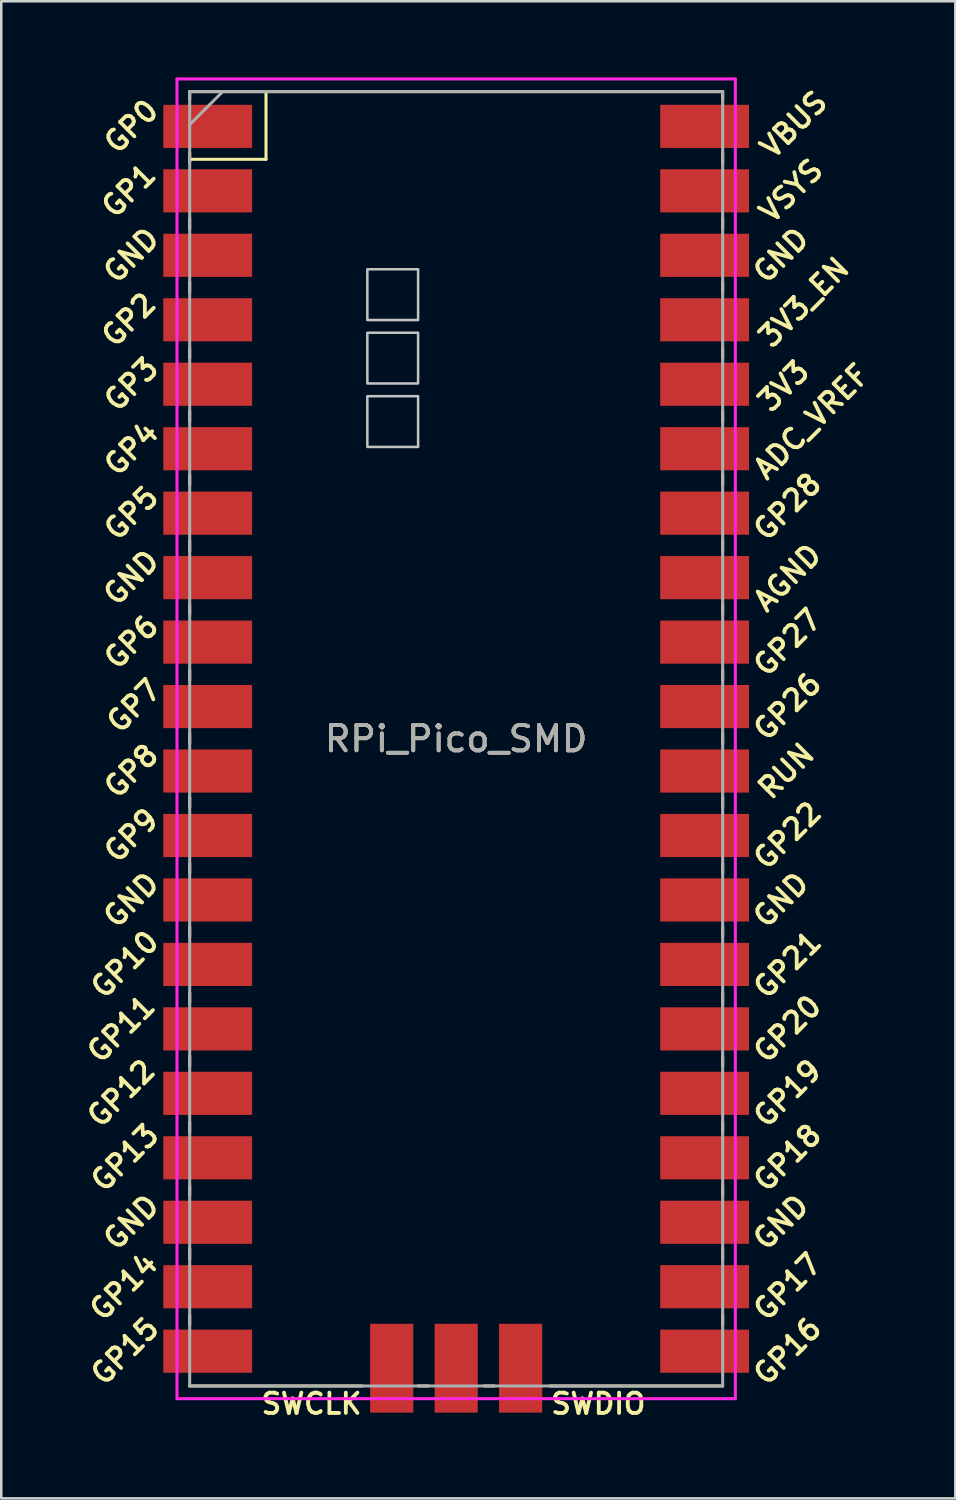
<source format=kicad_pcb>
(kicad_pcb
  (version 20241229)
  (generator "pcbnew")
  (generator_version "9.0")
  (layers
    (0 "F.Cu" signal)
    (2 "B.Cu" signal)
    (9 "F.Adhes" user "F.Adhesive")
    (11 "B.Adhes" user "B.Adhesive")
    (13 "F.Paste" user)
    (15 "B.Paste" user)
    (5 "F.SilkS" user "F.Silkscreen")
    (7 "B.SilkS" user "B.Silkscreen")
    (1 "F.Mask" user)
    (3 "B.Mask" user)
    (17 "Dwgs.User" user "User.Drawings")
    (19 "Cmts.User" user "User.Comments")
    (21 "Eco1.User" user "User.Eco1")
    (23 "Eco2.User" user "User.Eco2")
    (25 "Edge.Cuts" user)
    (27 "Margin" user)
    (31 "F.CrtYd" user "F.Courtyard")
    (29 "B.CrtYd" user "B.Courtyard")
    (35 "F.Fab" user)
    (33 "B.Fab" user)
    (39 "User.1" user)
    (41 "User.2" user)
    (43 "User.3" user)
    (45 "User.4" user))
  (footprint "RPi_Pico_SMD"
    (layer "F.Cu")
    (at 14.924 26.06)
    (property "Reference" "RPi_Pico_SMD" (at 0 0 0) (layer "F.SilkS") (effects (font (size 1 1) (thickness 0.15))))
    (attr smd)
    (fp_line (start -10.5 -25.5) (end -10.5 -25.2) (stroke (width 0.12) (type solid)) (layer "F.SilkS"))
    (fp_line (start -10.5 -25.5) (end 10.5 -25.5) (stroke (width 0.12) (type solid)) (layer "F.SilkS"))
    (fp_line (start -10.5 -23.1) (end -10.5 -22.7) (stroke (width 0.12) (type solid)) (layer "F.SilkS"))
    (fp_line (start -10.5 -22.833) (end -7.493 -22.833) (stroke (width 0.12) (type solid)) (layer "F.SilkS"))
    (fp_line (start -10.5 -20.5) (end -10.5 -20.1) (stroke (width 0.12) (type solid)) (layer "F.SilkS"))
    (fp_line (start -10.5 -18) (end -10.5 -17.6) (stroke (width 0.12) (type solid)) (layer "F.SilkS"))
    (fp_line (start -10.5 -15.4) (end -10.5 -15) (stroke (width 0.12) (type solid)) (layer "F.SilkS"))
    (fp_line (start -10.5 -12.9) (end -10.5 -12.5) (stroke (width 0.12) (type solid)) (layer "F.SilkS"))
    (fp_line (start -10.5 -10.4) (end -10.5 -10) (stroke (width 0.12) (type solid)) (layer "F.SilkS"))
    (fp_line (start -10.5 -7.8) (end -10.5 -7.4) (stroke (width 0.12) (type solid)) (layer "F.SilkS"))
    (fp_line (start -10.5 -5.3) (end -10.5 -4.9) (stroke (width 0.12) (type solid)) (layer "F.SilkS"))
    (fp_line (start -10.5 -2.7) (end -10.5 -2.3) (stroke (width 0.12) (type solid)) (layer "F.SilkS"))
    (fp_line (start -10.5 -0.2) (end -10.5 0.2) (stroke (width 0.12) (type solid)) (layer "F.SilkS"))
    (fp_line (start -10.5 2.3) (end -10.5 2.7) (stroke (width 0.12) (type solid)) (layer "F.SilkS"))
    (fp_line (start -10.5 4.9) (end -10.5 5.3) (stroke (width 0.12) (type solid)) (layer "F.SilkS"))
    (fp_line (start -10.5 7.4) (end -10.5 7.8) (stroke (width 0.12) (type solid)) (layer "F.SilkS"))
    (fp_line (start -10.5 10) (end -10.5 10.4) (stroke (width 0.12) (type solid)) (layer "F.SilkS"))
    (fp_line (start -10.5 12.5) (end -10.5 12.9) (stroke (width 0.12) (type solid)) (layer "F.SilkS"))
    (fp_line (start -10.5 15.1) (end -10.5 15.5) (stroke (width 0.12) (type solid)) (layer "F.SilkS"))
    (fp_line (start -10.5 17.6) (end -10.5 18) (stroke (width 0.12) (type solid)) (layer "F.SilkS"))
    (fp_line (start -10.5 20.1) (end -10.5 20.5) (stroke (width 0.12) (type solid)) (layer "F.SilkS"))
    (fp_line (start -10.5 22.7) (end -10.5 23.1) (stroke (width 0.12) (type solid)) (layer "F.SilkS"))
    (fp_line (start -7.493 -22.833) (end -7.493 -25.5) (stroke (width 0.12) (type solid)) (layer "F.SilkS"))
    (fp_line (start -3.7 25.5) (end -10.5 25.5) (stroke (width 0.12) (type solid)) (layer "F.SilkS"))
    (fp_line (start -1.5 25.5) (end -1.1 25.5) (stroke (width 0.12) (type solid)) (layer "F.SilkS"))
    (fp_line (start 1.1 25.5) (end 1.5 25.5) (stroke (width 0.12) (type solid)) (layer "F.SilkS"))
    (fp_line (start 10.5 -25.5) (end 10.5 -25.2) (stroke (width 0.12) (type solid)) (layer "F.SilkS"))
    (fp_line (start 10.5 -23.1) (end 10.5 -22.7) (stroke (width 0.12) (type solid)) (layer "F.SilkS"))
    (fp_line (start 10.5 -20.5) (end 10.5 -20.1) (stroke (width 0.12) (type solid)) (layer "F.SilkS"))
    (fp_line (start 10.5 -18) (end 10.5 -17.6) (stroke (width 0.12) (type solid)) (layer "F.SilkS"))
    (fp_line (start 10.5 -15.4) (end 10.5 -15) (stroke (width 0.12) (type solid)) (layer "F.SilkS"))
    (fp_line (start 10.5 -12.9) (end 10.5 -12.5) (stroke (width 0.12) (type solid)) (layer "F.SilkS"))
    (fp_line (start 10.5 -10.4) (end 10.5 -10) (stroke (width 0.12) (type solid)) (layer "F.SilkS"))
    (fp_line (start 10.5 -7.8) (end 10.5 -7.4) (stroke (width 0.12) (type solid)) (layer "F.SilkS"))
    (fp_line (start 10.5 -5.3) (end 10.5 -4.9) (stroke (width 0.12) (type solid)) (layer "F.SilkS"))
    (fp_line (start 10.5 -2.7) (end 10.5 -2.3) (stroke (width 0.12) (type solid)) (layer "F.SilkS"))
    (fp_line (start 10.5 -0.2) (end 10.5 0.2) (stroke (width 0.12) (type solid)) (layer "F.SilkS"))
    (fp_line (start 10.5 2.3) (end 10.5 2.7) (stroke (width 0.12) (type solid)) (layer "F.SilkS"))
    (fp_line (start 10.5 4.9) (end 10.5 5.3) (stroke (width 0.12) (type solid)) (layer "F.SilkS"))
    (fp_line (start 10.5 7.4) (end 10.5 7.8) (stroke (width 0.12) (type solid)) (layer "F.SilkS"))
    (fp_line (start 10.5 10) (end 10.5 10.4) (stroke (width 0.12) (type solid)) (layer "F.SilkS"))
    (fp_line (start 10.5 12.5) (end 10.5 12.9) (stroke (width 0.12) (type solid)) (layer "F.SilkS"))
    (fp_line (start 10.5 15.1) (end 10.5 15.5) (stroke (width 0.12) (type solid)) (layer "F.SilkS"))
    (fp_line (start 10.5 17.6) (end 10.5 18) (stroke (width 0.12) (type solid)) (layer "F.SilkS"))
    (fp_line (start 10.5 20.1) (end 10.5 20.5) (stroke (width 0.12) (type solid)) (layer "F.SilkS"))
    (fp_line (start 10.5 22.7) (end 10.5 23.1) (stroke (width 0.12) (type solid)) (layer "F.SilkS"))
    (fp_line (start 10.5 25.5) (end 3.7 25.5) (stroke (width 0.12) (type solid)) (layer "F.SilkS"))
    (fp_poly (pts (xy -1.5 -16.5) (xy -3.5 -16.5) (xy -3.5 -18.5) (xy -1.5 -18.5)) (stroke (width 0.1) (type solid)) (fill no) (layer "Dwgs.User"))
    (fp_poly (pts (xy -1.5 -14) (xy -3.5 -14) (xy -3.5 -16) (xy -1.5 -16)) (stroke (width 0.1) (type solid)) (fill no) (layer "Dwgs.User"))
    (fp_poly (pts (xy -1.5 -11.5) (xy -3.5 -11.5) (xy -3.5 -13.5) (xy -1.5 -13.5)) (stroke (width 0.1) (type solid)) (fill no) (layer "Dwgs.User"))
    (fp_line (start -11 -26) (end 11 -26) (stroke (width 0.12) (type solid)) (layer "F.CrtYd"))
    (fp_line (start -11 26) (end -11 -26) (stroke (width 0.12) (type solid)) (layer "F.CrtYd"))
    (fp_line (start 11 -26) (end 11 26) (stroke (width 0.12) (type solid)) (layer "F.CrtYd"))
    (fp_line (start 11 26) (end -11 26) (stroke (width 0.12) (type solid)) (layer "F.CrtYd"))
    (fp_line (start -10.5 -25.5) (end 10.5 -25.5) (stroke (width 0.12) (type solid)) (layer "F.Fab"))
    (fp_line (start -10.5 -24.2) (end -9.2 -25.5) (stroke (width 0.12) (type solid)) (layer "F.Fab"))
    (fp_line (start -10.5 25.5) (end -10.5 -25.5) (stroke (width 0.12) (type solid)) (layer "F.Fab"))
    (fp_line (start 10.5 -25.5) (end 10.5 25.5) (stroke (width 0.12) (type solid)) (layer "F.Fab"))
    (fp_line (start 10.5 25.5) (end -10.5 25.5) (stroke (width 0.12) (type solid)) (layer "F.Fab"))
    (fp_text user "GP7" (at -12.7 -1.3 45) (layer "F.SilkS") (effects (font (size 0.8 0.8) (thickness 0.15))))
    (fp_text user "GP26" (at 13.054 -1.27 45) (layer "F.SilkS") (effects (font (size 0.8 0.8) (thickness 0.15))))
    (fp_text user "GND" (at 12.8 -19.05 45) (layer "F.SilkS") (effects (font (size 0.8 0.8) (thickness 0.15))))
    (fp_text user "GP2" (at -12.9 -16.51 45) (layer "F.SilkS") (effects (font (size 0.8 0.8) (thickness 0.15))))
    (fp_text user "GP4" (at -12.8 -11.43 45) (layer "F.SilkS") (effects (font (size 0.8 0.8) (thickness 0.15))))
    (fp_text user "GP3" (at -12.8 -13.97 45) (layer "F.SilkS") (effects (font (size 0.8 0.8) (thickness 0.15))))
    (fp_text user "3V3" (at 12.9 -13.9 45) (layer "F.SilkS") (effects (font (size 0.8 0.8) (thickness 0.15))))
    (fp_text user "GP15" (at -13.054 24.13 45) (layer "F.SilkS") (effects (font (size 0.8 0.8) (thickness 0.15))))
    (fp_text user "GP18" (at 13.054 16.51 45) (layer "F.SilkS") (effects (font (size 0.8 0.8) (thickness 0.15))))
    (fp_text user "VSYS" (at 13.2 -21.59 45) (layer "F.SilkS") (effects (font (size 0.8 0.8) (thickness 0.15))))
    (fp_text user "GND" (at -12.8 -6.35 45) (layer "F.SilkS") (effects (font (size 0.8 0.8) (thickness 0.15))))
    (fp_text user "GP19" (at 13.054 13.97 45) (layer "F.SilkS") (effects (font (size 0.8 0.8) (thickness 0.15))))
    (fp_text user "GP5" (at -12.8 -8.89 45) (layer "F.SilkS") (effects (font (size 0.8 0.8) (thickness 0.15))))
    (fp_text user "GP11" (at -13.2 11.43 45) (layer "F.SilkS") (effects (font (size 0.8 0.8) (thickness 0.15))))
    (fp_text user "GP6" (at -12.8 -3.81 45) (layer "F.SilkS") (effects (font (size 0.8 0.8) (thickness 0.15))))
    (fp_text user "GP17" (at 13.054 21.59 45) (layer "F.SilkS") (effects (font (size 0.8 0.8) (thickness 0.15))))
    (fp_text user "GP20" (at 13.054 11.43 45) (layer "F.SilkS") (effects (font (size 0.8 0.8) (thickness 0.15))))
    (fp_text user "GND" (at -12.8 19.05 45) (layer "F.SilkS") (effects (font (size 0.8 0.8) (thickness 0.15))))
    (fp_text user "SWCLK" (at -5.7 26.2 0) (layer "F.SilkS") (effects (font (size 0.8 0.8) (thickness 0.15))))
    (fp_text user "GP8" (at -12.8 1.27 45) (layer "F.SilkS") (effects (font (size 0.8 0.8) (thickness 0.15))))
    (fp_text user "GP14" (at -13.1 21.59 45) (layer "F.SilkS") (effects (font (size 0.8 0.8) (thickness 0.15))))
    (fp_text user "GND" (at -12.8 6.35 45) (layer "F.SilkS") (effects (font (size 0.8 0.8) (thickness 0.15))))
    (fp_text user "GP0" (at -12.8 -24.13 45) (layer "F.SilkS") (effects (font (size 0.8 0.8) (thickness 0.15))))
    (fp_text user "GP16" (at 13.054 24.13 45) (layer "F.SilkS") (effects (font (size 0.8 0.8) (thickness 0.15))))
    (fp_text user "GND" (at -12.8 -19.05 45) (layer "F.SilkS") (effects (font (size 0.8 0.8) (thickness 0.15))))
    (fp_text user "GP21" (at 13.054 8.9 45) (layer "F.SilkS") (effects (font (size 0.8 0.8) (thickness 0.15))))
    (fp_text user "GP1" (at -12.9 -21.6 45) (layer "F.SilkS") (effects (font (size 0.8 0.8) (thickness 0.15))))
    (fp_text user "GP10" (at -13.054 8.89 45) (layer "F.SilkS") (effects (font (size 0.8 0.8) (thickness 0.15))))
    (fp_text user "GP22" (at 13.054 3.81 45) (layer "F.SilkS") (effects (font (size 0.8 0.8) (thickness 0.15))))
    (fp_text user "GP13" (at -13.054 16.51 45) (layer "F.SilkS") (effects (font (size 0.8 0.8) (thickness 0.15))))
    (fp_text user "GND" (at 12.8 6.35 45) (layer "F.SilkS") (effects (font (size 0.8 0.8) (thickness 0.15))))
    (fp_text user "AGND" (at 13.054 -6.35 45) (layer "F.SilkS") (effects (font (size 0.8 0.8) (thickness 0.15))))
    (fp_text user "ADC_VREF" (at 14 -12.5 45) (layer "F.SilkS") (effects (font (size 0.8 0.8) (thickness 0.15))))
    (fp_text user "RUN" (at 13 1.27 45) (layer "F.SilkS") (effects (font (size 0.8 0.8) (thickness 0.15))))
    (fp_text user "GP27" (at 13.054 -3.8 45) (layer "F.SilkS") (effects (font (size 0.8 0.8) (thickness 0.15))))
    (fp_text user "GND" (at 12.8 19.05 45) (layer "F.SilkS") (effects (font (size 0.8 0.8) (thickness 0.15))))
    (fp_text user "GP28" (at 13.054 -9.144 45) (layer "F.SilkS") (effects (font (size 0.8 0.8) (thickness 0.15))))
    (fp_text user "GP9" (at -12.8 3.81 45) (layer "F.SilkS") (effects (font (size 0.8 0.8) (thickness 0.15))))
    (fp_text user "SWDIO" (at 5.6 26.2 0) (layer "F.SilkS") (effects (font (size 0.8 0.8) (thickness 0.15))))
    (fp_text user "3V3_EN" (at 13.7 -17.2 45) (layer "F.SilkS") (effects (font (size 0.8 0.8) (thickness 0.15))))
    (fp_text user "GP12" (at -13.2 13.97 45) (layer "F.SilkS") (effects (font (size 0.8 0.8) (thickness 0.15))))
    (fp_text user "VBUS" (at 13.3 -24.2 45) (layer "F.SilkS") (effects (font (size 0.8 0.8) (thickness 0.15))))
    (fp_text user "${REFERENCE}" (at 0 0 180) (layer "F.Fab") (effects (font (size 1 1) (thickness 0.15))))
    (pad "1" smd rect (at -8.89 -24.13) (size 3.5 1.7) (drill (offset -0.9 0)) (layers "F.Cu" "F.Mask"))
    (pad "2" smd rect (at -8.89 -21.59) (size 3.5 1.7) (drill (offset -0.9 0)) (layers "F.Cu" "F.Mask"))
    (pad "3" smd rect (at -8.89 -19.05) (size 3.5 1.7) (drill (offset -0.9 0)) (layers "F.Cu" "F.Mask"))
    (pad "4" smd rect (at -8.89 -16.51) (size 3.5 1.7) (drill (offset -0.9 0)) (layers "F.Cu" "F.Mask"))
    (pad "5" smd rect (at -8.89 -13.97) (size 3.5 1.7) (drill (offset -0.9 0)) (layers "F.Cu" "F.Mask"))
    (pad "6" smd rect (at -8.89 -11.43) (size 3.5 1.7) (drill (offset -0.9 0)) (layers "F.Cu" "F.Mask"))
    (pad "7" smd rect (at -8.89 -8.89) (size 3.5 1.7) (drill (offset -0.9 0)) (layers "F.Cu" "F.Mask"))
    (pad "8" smd rect (at -8.89 -6.35) (size 3.5 1.7) (drill (offset -0.9 0)) (layers "F.Cu" "F.Mask"))
    (pad "9" smd rect (at -8.89 -3.81) (size 3.5 1.7) (drill (offset -0.9 0)) (layers "F.Cu" "F.Mask"))
    (pad "10" smd rect (at -8.89 -1.27) (size 3.5 1.7) (drill (offset -0.9 0)) (layers "F.Cu" "F.Mask"))
    (pad "11" smd rect (at -8.89 1.27) (size 3.5 1.7) (drill (offset -0.9 0)) (layers "F.Cu" "F.Mask"))
    (pad "12" smd rect (at -8.89 3.81) (size 3.5 1.7) (drill (offset -0.9 0)) (layers "F.Cu" "F.Mask"))
    (pad "13" smd rect (at -8.89 6.35) (size 3.5 1.7) (drill (offset -0.9 0)) (layers "F.Cu" "F.Mask"))
    (pad "14" smd rect (at -8.89 8.89) (size 3.5 1.7) (drill (offset -0.9 0)) (layers "F.Cu" "F.Mask"))
    (pad "15" smd rect (at -8.89 11.43) (size 3.5 1.7) (drill (offset -0.9 0)) (layers "F.Cu" "F.Mask"))
    (pad "16" smd rect (at -8.89 13.97) (size 3.5 1.7) (drill (offset -0.9 0)) (layers "F.Cu" "F.Mask"))
    (pad "17" smd rect (at -8.89 16.51) (size 3.5 1.7) (drill (offset -0.9 0)) (layers "F.Cu" "F.Mask"))
    (pad "18" smd rect (at -8.89 19.05) (size 3.5 1.7) (drill (offset -0.9 0)) (layers "F.Cu" "F.Mask"))
    (pad "19" smd rect (at -8.89 21.59) (size 3.5 1.7) (drill (offset -0.9 0)) (layers "F.Cu" "F.Mask"))
    (pad "20" smd rect (at -8.89 24.13) (size 3.5 1.7) (drill (offset -0.9 0)) (layers "F.Cu" "F.Mask"))
    (pad "21" smd rect (at 8.89 24.13) (size 3.5 1.7) (drill (offset 0.9 0)) (layers "F.Cu" "F.Mask"))
    (pad "22" smd rect (at 8.89 21.59) (size 3.5 1.7) (drill (offset 0.9 0)) (layers "F.Cu" "F.Mask"))
    (pad "23" smd rect (at 8.89 19.05) (size 3.5 1.7) (drill (offset 0.9 0)) (layers "F.Cu" "F.Mask"))
    (pad "24" smd rect (at 8.89 16.51) (size 3.5 1.7) (drill (offset 0.9 0)) (layers "F.Cu" "F.Mask"))
    (pad "25" smd rect (at 8.89 13.97) (size 3.5 1.7) (drill (offset 0.9 0)) (layers "F.Cu" "F.Mask"))
    (pad "26" smd rect (at 8.89 11.43) (size 3.5 1.7) (drill (offset 0.9 0)) (layers "F.Cu" "F.Mask"))
    (pad "27" smd rect (at 8.89 8.89) (size 3.5 1.7) (drill (offset 0.9 0)) (layers "F.Cu" "F.Mask"))
    (pad "28" smd rect (at 8.89 6.35) (size 3.5 1.7) (drill (offset 0.9 0)) (layers "F.Cu" "F.Mask"))
    (pad "29" smd rect (at 8.89 3.81) (size 3.5 1.7) (drill (offset 0.9 0)) (layers "F.Cu" "F.Mask"))
    (pad "30" smd rect (at 8.89 1.27) (size 3.5 1.7) (drill (offset 0.9 0)) (layers "F.Cu" "F.Mask"))
    (pad "31" smd rect (at 8.89 -1.27) (size 3.5 1.7) (drill (offset 0.9 0)) (layers "F.Cu" "F.Mask"))
    (pad "32" smd rect (at 8.89 -3.81) (size 3.5 1.7) (drill (offset 0.9 0)) (layers "F.Cu" "F.Mask"))
    (pad "33" smd rect (at 8.89 -6.35) (size 3.5 1.7) (drill (offset 0.9 0)) (layers "F.Cu" "F.Mask"))
    (pad "34" smd rect (at 8.89 -8.89) (size 3.5 1.7) (drill (offset 0.9 0)) (layers "F.Cu" "F.Mask"))
    (pad "35" smd rect (at 8.89 -11.43) (size 3.5 1.7) (drill (offset 0.9 0)) (layers "F.Cu" "F.Mask"))
    (pad "36" smd rect (at 8.89 -13.97) (size 3.5 1.7) (drill (offset 0.9 0)) (layers "F.Cu" "F.Mask"))
    (pad "37" smd rect (at 8.89 -16.51) (size 3.5 1.7) (drill (offset 0.9 0)) (layers "F.Cu" "F.Mask"))
    (pad "38" smd rect (at 8.89 -19.05) (size 3.5 1.7) (drill (offset 0.9 0)) (layers "F.Cu" "F.Mask"))
    (pad "39" smd rect (at 8.89 -21.59) (size 3.5 1.7) (drill (offset 0.9 0)) (layers "F.Cu" "F.Mask"))
    (pad "40" smd rect (at 8.89 -24.13) (size 3.5 1.7) (drill (offset 0.9 0)) (layers "F.Cu" "F.Mask"))
    (pad "41" smd rect (at -2.54 23.9 90) (size 3.5 1.7) (drill (offset -0.9 0)) (layers "F.Cu" "F.Mask"))
    (pad "42" smd rect (at 0 23.9 90) (size 3.5 1.7) (drill (offset -0.9 0)) (layers "F.Cu" "F.Mask"))
    (pad "43" smd rect (at 2.54 23.9 90) (size 3.5 1.7) (drill (offset -0.9 0)) (layers "F.Cu" "F.Mask")))
  (gr_rect
    (start -3 -3)
    (end 34.591 55.991)
    (stroke (width 0.1) (type default))
    (fill no)
    (layer "Edge.Cuts")))
</source>
